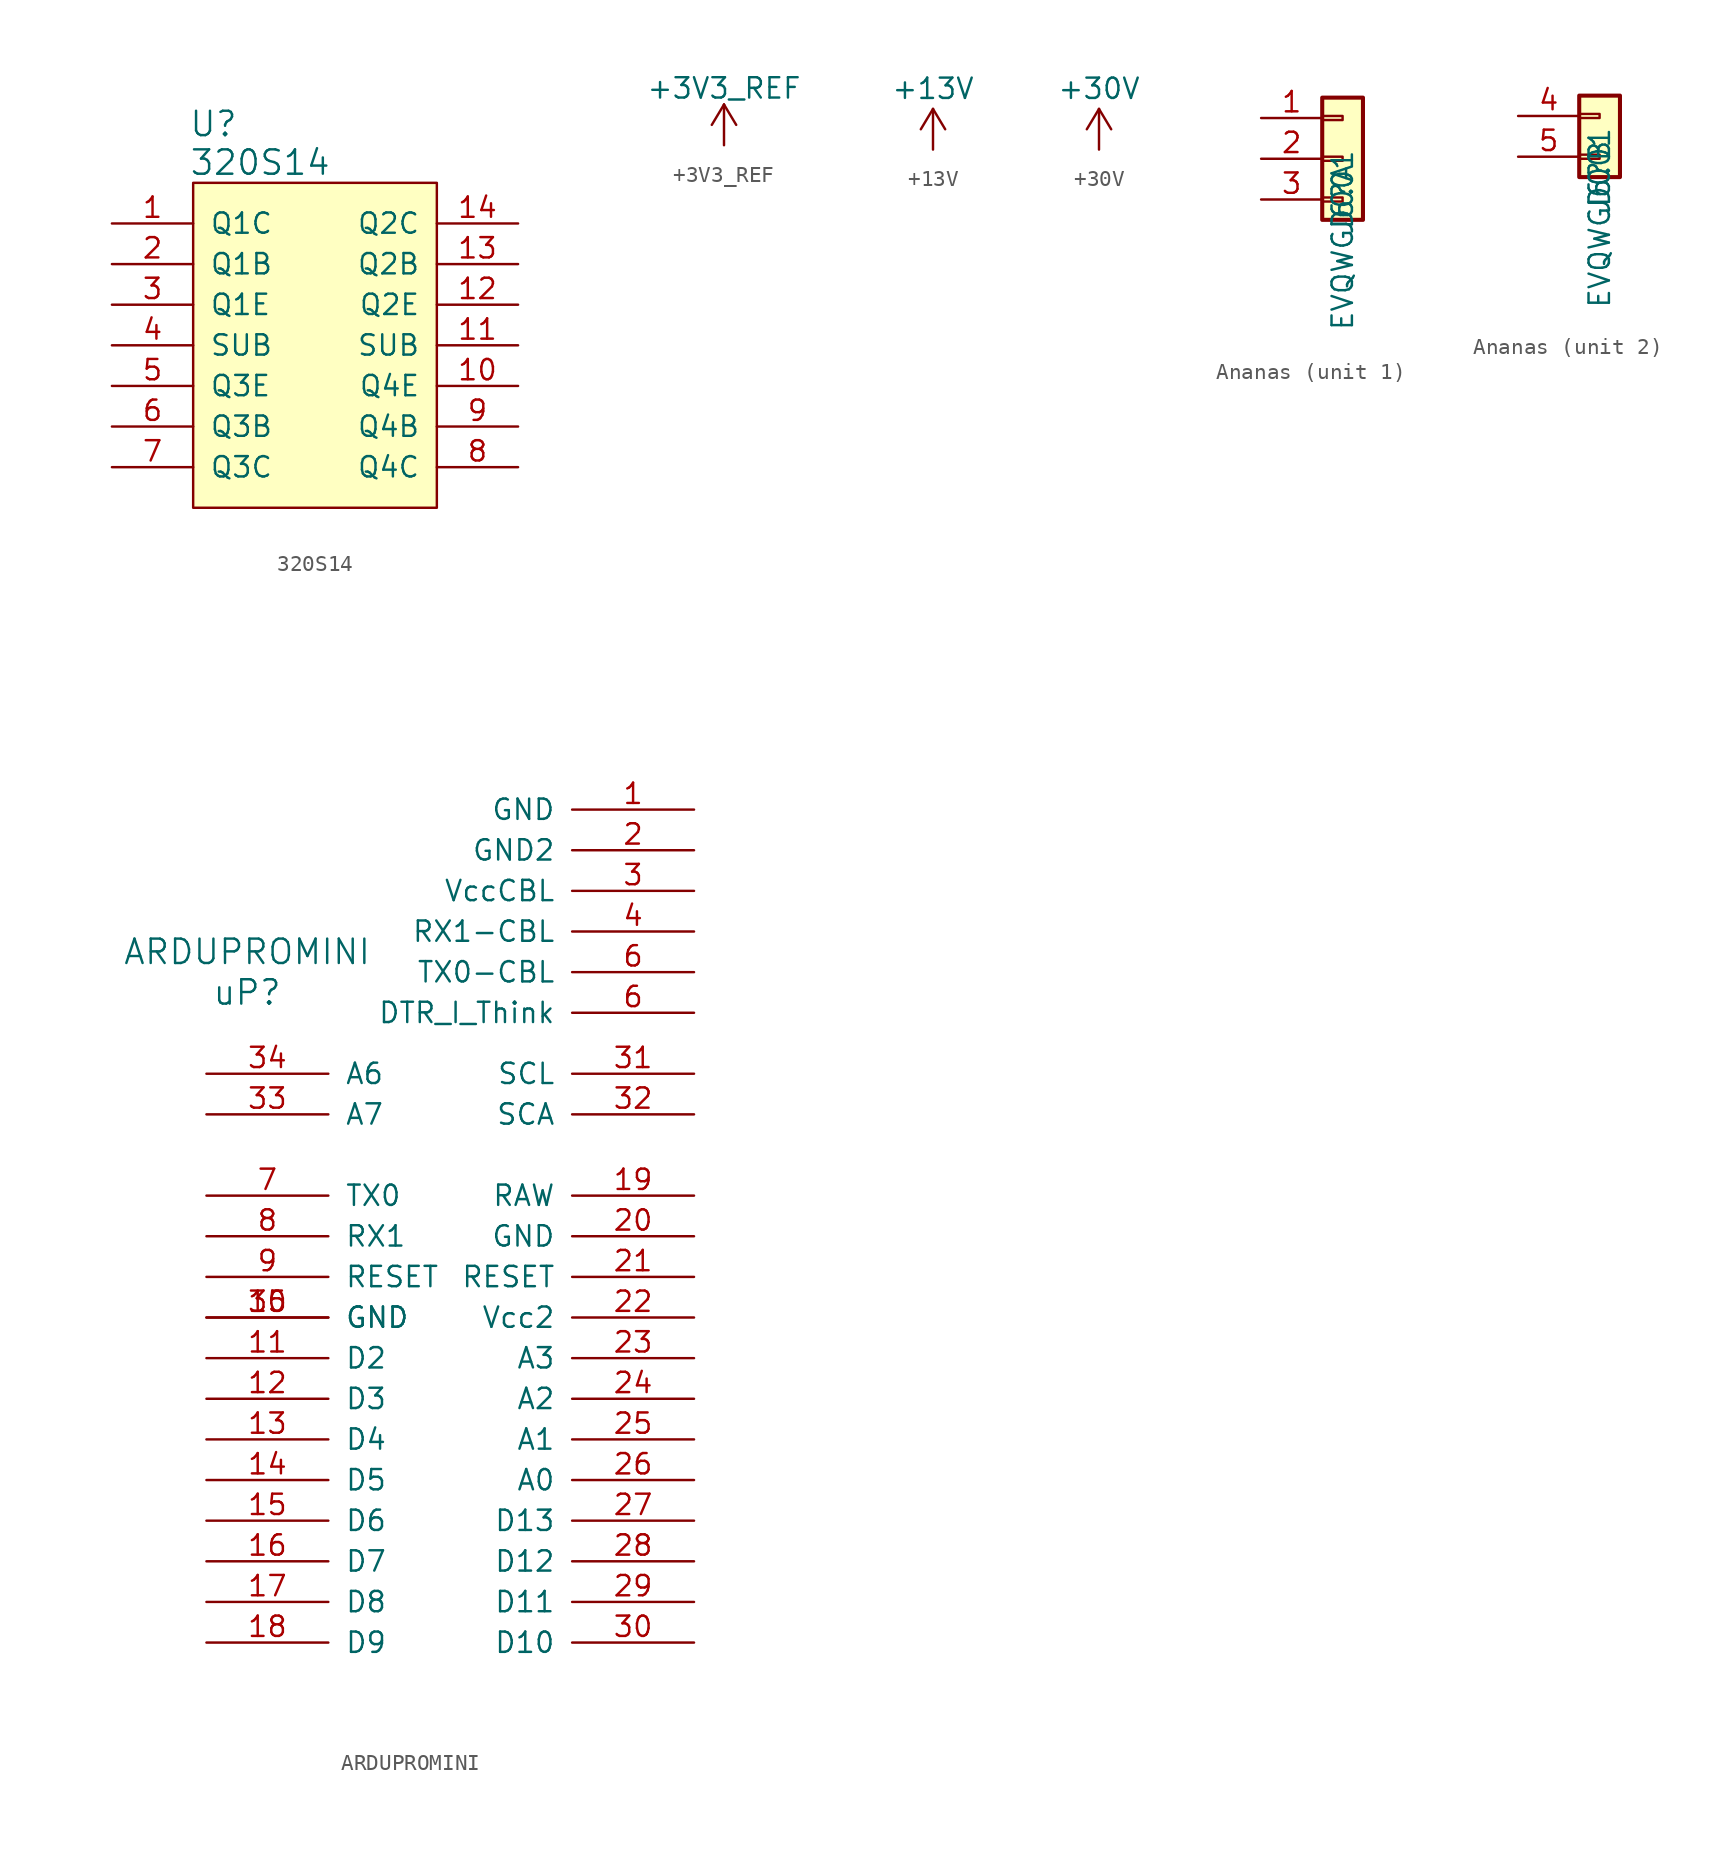
<source format=kicad_sym>
(kicad_symbol_lib
  (version 20220914)
  (generator kicad_symbol_editor)
  (symbol "320S14"
    (pin_names
      (offset 1.016))
    (property "Reference" "U"
      (at -6.35 11.303 0)
      (effects (font (size 1.524 1.524))))
    (property "Value" "320S14"
      (at -3.429 8.89 0)
      (effects (font (size 1.524 1.524))))
    (symbol "320S14_0_1"
      (rectangle (start 7.62 -12.7) (end -7.62 7.62) (stroke (width 0) (type default)) (fill (type background))))
    (symbol "320S14_1_1"
      (pin input line (at -12.7 5.08 0) (length 5.08) (name "Q1C" (effects (font (size 1.27 1.27)))) (number "1" (effects (font (size 1.27 1.27)))))
      (pin output line (at 12.7 -5.08 180) (length 5.08) (name "Q4E" (effects (font (size 1.27 1.27)))) (number "10" (effects (font (size 1.27 1.27)))))
      (pin input line (at 12.7 -2.54 180) (length 5.08) (name "SUB" (effects (font (size 1.27 1.27)))) (number "11" (effects (font (size 1.27 1.27)))))
      (pin output line (at 12.7 0 180) (length 5.08) (name "Q2E" (effects (font (size 1.27 1.27)))) (number "12" (effects (font (size 1.27 1.27)))))
      (pin input line (at 12.7 2.54 180) (length 5.08) (name "Q2B" (effects (font (size 1.27 1.27)))) (number "13" (effects (font (size 1.27 1.27)))))
      (pin input line (at 12.7 5.08 180) (length 5.08) (name "Q2C" (effects (font (size 1.27 1.27)))) (number "14" (effects (font (size 1.27 1.27)))))
      (pin input line (at -12.7 2.54 0) (length 5.08) (name "Q1B" (effects (font (size 1.27 1.27)))) (number "2" (effects (font (size 1.27 1.27)))))
      (pin output line (at -12.7 0 0) (length 5.08) (name "Q1E" (effects (font (size 1.27 1.27)))) (number "3" (effects (font (size 1.27 1.27)))))
      (pin input line (at -12.7 -2.54 0) (length 5.08) (name "SUB" (effects (font (size 1.27 1.27)))) (number "4" (effects (font (size 1.27 1.27)))))
      (pin output line (at -12.7 -5.08 0) (length 5.08) (name "Q3E" (effects (font (size 1.27 1.27)))) (number "5" (effects (font (size 1.27 1.27)))))
      (pin input line (at -12.7 -7.62 0) (length 5.08) (name "Q3B" (effects (font (size 1.27 1.27)))) (number "6" (effects (font (size 1.27 1.27)))))
      (pin input line (at -12.7 -10.16 0) (length 5.08) (name "Q3C" (effects (font (size 1.27 1.27)))) (number "7" (effects (font (size 1.27 1.27)))))
      (pin input line (at 12.7 -10.16 180) (length 5.08) (name "Q4C" (effects (font (size 1.27 1.27)))) (number "8" (effects (font (size 1.27 1.27)))))
      (pin input line (at 12.7 -7.62 180) (length 5.08) (name "Q4B" (effects (font (size 1.27 1.27)))) (number "9" (effects (font (size 1.27 1.27)))))))
  (symbol "+3V3_REF"
    (power)
    (pin_names
      (offset 0))
    (property "Reference" "#PWR"
      (at 0 -3.81 0)
      (effects (font (size 1.27 1.27)) hide))
    (property "Value" "+3V3_REF"
      (at 0 3.556 0)
      (effects (font (size 1.27 1.27))))
    (symbol "+3V3_REF_0_1"
      (polyline (pts (xy -0.762 1.27) (xy 0 2.54)) (stroke (width 0) (type default)) (fill (type none)))
      (polyline (pts (xy 0 0) (xy 0 2.54)) (stroke (width 0) (type default)) (fill (type none)))
      (polyline (pts (xy 0 2.54) (xy 0.762 1.27)) (stroke (width 0) (type default)) (fill (type none))))
    (symbol "+3V3_REF_1_1"
      (pin power_in line (at 0 0 90) (length 0) hide (name "+3V3_REF" (effects (font (size 1.27 1.27)))) (number "1" (effects (font (size 1.27 1.27)))))))
  (symbol "+13V"
    (power)
    (pin_names
      (offset 0))
    (property "Reference" "#PWR0105"
      (at 0 -3.81 0)
      (effects (font (size 1.27 1.27)) hide))
    (property "Value" "+13V"
      (at 0 3.81 0)
      (effects (font (size 1.27 1.27))))
    (symbol "+13V_0_1"
      (polyline (pts (xy -0.762 1.27) (xy 0 2.54)) (stroke (width 0) (type default)) (fill (type none)))
      (polyline (pts (xy 0 0) (xy 0 2.54)) (stroke (width 0) (type default)) (fill (type none)))
      (polyline (pts (xy 0 2.54) (xy 0.762 1.27)) (stroke (width 0) (type default)) (fill (type none))))
    (symbol "+13V_1_1"
      (pin power_in line (at 0 0 90) (length 0) hide (name "+13V" (effects (font (size 1.27 1.27)))) (number "1" (effects (font (size 1.27 1.27)))))))
  (symbol "+30V"
    (power)
    (pin_names
      (offset 0))
    (property "Reference" "#PWR"
      (at 0 -3.81 0)
      (effects (font (size 1.27 1.27)) hide))
    (property "Value" "+30V"
      (at 0 3.81 0)
      (effects (font (size 1.27 1.27))))
    (symbol "+30V_0_1"
      (polyline (pts (xy -0.762 1.27) (xy 0 2.54)) (stroke (width 0) (type default)) (fill (type none)))
      (polyline (pts (xy 0 0) (xy 0 2.54)) (stroke (width 0) (type default)) (fill (type none)))
      (polyline (pts (xy 0 2.54) (xy 0.762 1.27)) (stroke (width 0) (type default)) (fill (type none))))
    (symbol "+30V_1_1"
      (pin power_in line (at 0 0 90) (length 0) hide (name "+30V" (effects (font (size 1.27 1.27)))) (number "1" (effects (font (size 1.27 1.27)))))))
  (symbol "Ananas"
    (pin_names
      (offset 1.016) hide)
    (property "Reference" "J6"
      (at 0 -2.54 90)
      (effects (font (size 1.27 1.27))))
    (property "Value" "EVQWGD001"
      (at 0 -5.08 90)
      (effects (font (size 1.27 1.27))))
    (property "ki_locked" ""
      (at 0 0 0)
      (effects (font (size 1.27 1.27))))
    (symbol "Ananas_1_1"
      (rectangle (start -1.27 -2.413) (end 0 -2.667) (stroke (width 0.152) (type default)) (fill (type none)))
      (rectangle (start -1.27 0.127) (end 0 -0.127) (stroke (width 0.152) (type default)) (fill (type none)))
      (rectangle (start -1.27 2.667) (end 0 2.413) (stroke (width 0.152) (type default)) (fill (type none)))
      (rectangle (start -1.27 3.81) (end 1.27 -3.81) (stroke (width 0.254) (type default)) (fill (type background)))
      (pin passive line (at -5.08 2.54 0) (length 3.81) (name "Pin_1" (effects (font (size 1.27 1.27)))) (number "1" (effects (font (size 1.27 1.27)))))
      (pin passive line (at -5.08 0 0) (length 3.81) (name "Pin_2" (effects (font (size 1.27 1.27)))) (number "2" (effects (font (size 1.27 1.27)))))
      (pin passive line (at -5.08 -2.54 0) (length 3.81) (name "Pin_3" (effects (font (size 1.27 1.27)))) (number "3" (effects (font (size 1.27 1.27))))))
    (symbol "Ananas_2_1"
      (rectangle (start -1.27 -1.143) (end 0 -1.397) (stroke (width 0.152) (type default)) (fill (type none)))
      (rectangle (start -1.27 1.397) (end 0 1.143) (stroke (width 0.152) (type default)) (fill (type none)))
      (rectangle (start -1.27 2.54) (end 1.27 -2.54) (stroke (width 0.254) (type default)) (fill (type background)))
      (pin passive line (at -5.08 1.27 0) (length 3.81) (name "Pin_4" (effects (font (size 1.27 1.27)))) (number "4" (effects (font (size 1.27 1.27)))))
      (pin passive line (at -5.08 -1.27 0) (length 3.81) (name "Pin_5" (effects (font (size 1.27 1.27)))) (number "5" (effects (font (size 1.27 1.27)))))))
  (symbol "ARDUPROMINI"
    (pin_names
      (offset 1.016))
    (property "Reference" "uP"
      (at -12.7 5.08 0)
      (effects (font (size 1.524 1.524))))
    (property "Value" "ARDUPROMINI"
      (at -12.7 7.62 0)
      (effects (font (size 1.524 1.524))))
    (property "Footprint" ""
      (at 15.24 20.32 0)
      (effects (font (size 1.524 1.524))))
    (property "Datasheet" ""
      (at 15.24 20.32 0)
      (effects (font (size 1.524 1.524))))
    (symbol "ARDUPROMINI_1_1"
      (pin unspecified line (at 15.24 16.51 180) (length 7.62) (name "GND" (effects (font (size 1.27 1.27)))) (number "1" (effects (font (size 1.27 1.27)))))
      (pin unspecified line (at -15.24 -15.24 0) (length 7.62) (name "GND" (effects (font (size 1.27 1.27)))) (number "10" (effects (font (size 1.27 1.27)))))
      (pin bidirectional line (at -15.24 -17.78 0) (length 7.62) (name "D2" (effects (font (size 1.27 1.27)))) (number "11" (effects (font (size 1.27 1.27)))))
      (pin bidirectional line (at -15.24 -20.32 0) (length 7.62) (name "D3" (effects (font (size 1.27 1.27)))) (number "12" (effects (font (size 1.27 1.27)))))
      (pin bidirectional line (at -15.24 -22.86 0) (length 7.62) (name "D4" (effects (font (size 1.27 1.27)))) (number "13" (effects (font (size 1.27 1.27)))))
      (pin bidirectional line (at -15.24 -25.4 0) (length 7.62) (name "D5" (effects (font (size 1.27 1.27)))) (number "14" (effects (font (size 1.27 1.27)))))
      (pin bidirectional line (at -15.24 -27.94 0) (length 7.62) (name "D6" (effects (font (size 1.27 1.27)))) (number "15" (effects (font (size 1.27 1.27)))))
      (pin bidirectional line (at -15.24 -30.48 0) (length 7.62) (name "D7" (effects (font (size 1.27 1.27)))) (number "16" (effects (font (size 1.27 1.27)))))
      (pin bidirectional line (at -15.24 -33.02 0) (length 7.62) (name "D8" (effects (font (size 1.27 1.27)))) (number "17" (effects (font (size 1.27 1.27)))))
      (pin bidirectional line (at -15.24 -35.56 0) (length 7.62) (name "D9" (effects (font (size 1.27 1.27)))) (number "18" (effects (font (size 1.27 1.27)))))
      (pin unspecified line (at 15.24 -7.62 180) (length 7.62) (name "RAW" (effects (font (size 1.27 1.27)))) (number "19" (effects (font (size 1.27 1.27)))))
      (pin unspecified line (at 15.24 13.97 180) (length 7.62) (name "GND2" (effects (font (size 1.27 1.27)))) (number "2" (effects (font (size 1.27 1.27)))))
      (pin unspecified line (at 15.24 -10.16 180) (length 7.62) (name "GND" (effects (font (size 1.27 1.27)))) (number "20" (effects (font (size 1.27 1.27)))))
      (pin input line (at 15.24 -12.7 180) (length 7.62) (name "RESET" (effects (font (size 1.27 1.27)))) (number "21" (effects (font (size 1.27 1.27)))))
      (pin unspecified line (at 15.24 -15.24 180) (length 7.62) (name "Vcc2" (effects (font (size 1.27 1.27)))) (number "22" (effects (font (size 1.27 1.27)))))
      (pin bidirectional line (at 15.24 -17.78 180) (length 7.62) (name "A3" (effects (font (size 1.27 1.27)))) (number "23" (effects (font (size 1.27 1.27)))))
      (pin bidirectional line (at 15.24 -20.32 180) (length 7.62) (name "A2" (effects (font (size 1.27 1.27)))) (number "24" (effects (font (size 1.27 1.27)))))
      (pin bidirectional line (at 15.24 -22.86 180) (length 7.62) (name "A1" (effects (font (size 1.27 1.27)))) (number "25" (effects (font (size 1.27 1.27)))))
      (pin bidirectional line (at 15.24 -25.4 180) (length 7.62) (name "A0" (effects (font (size 1.27 1.27)))) (number "26" (effects (font (size 1.27 1.27)))))
      (pin bidirectional line (at 15.24 -27.94 180) (length 7.62) (name "D13" (effects (font (size 1.27 1.27)))) (number "27" (effects (font (size 1.27 1.27)))))
      (pin input line (at 15.24 -30.48 180) (length 7.62) (name "D12" (effects (font (size 1.27 1.27)))) (number "28" (effects (font (size 1.27 1.27)))))
      (pin bidirectional line (at 15.24 -33.02 180) (length 7.62) (name "D11" (effects (font (size 1.27 1.27)))) (number "29" (effects (font (size 1.27 1.27)))))
      (pin power_in line (at 15.24 11.43 180) (length 7.62) (name "VccCBL" (effects (font (size 1.27 1.27)))) (number "3" (effects (font (size 1.27 1.27)))))
      (pin bidirectional line (at 15.24 -35.56 180) (length 7.62) (name "D10" (effects (font (size 1.27 1.27)))) (number "30" (effects (font (size 1.27 1.27)))))
      (pin bidirectional line (at 15.24 0 180) (length 7.62) (name "SCL" (effects (font (size 1.27 1.27)))) (number "31" (effects (font (size 1.27 1.27)))))
      (pin bidirectional line (at 15.24 -2.54 180) (length 7.62) (name "SCA" (effects (font (size 1.27 1.27)))) (number "32" (effects (font (size 1.27 1.27)))))
      (pin bidirectional line (at -15.24 -2.54 0) (length 7.62) (name "A7" (effects (font (size 1.27 1.27)))) (number "33" (effects (font (size 1.27 1.27)))))
      (pin bidirectional line (at -15.24 0 0) (length 7.62) (name "A6" (effects (font (size 1.27 1.27)))) (number "34" (effects (font (size 1.27 1.27)))))
      (pin unspecified line (at -15.24 -15.24 0) (length 7.62) (name "GND" (effects (font (size 1.27 1.27)))) (number "35" (effects (font (size 1.27 1.27)))))
      (pin unspecified line (at 15.24 8.89 180) (length 7.62) (name "RX1-CBL" (effects (font (size 1.27 1.27)))) (number "4" (effects (font (size 1.27 1.27)))))
      (pin unspecified line (at 15.24 3.81 180) (length 7.62) (name "DTR_I_Think" (effects (font (size 1.27 1.27)))) (number "6" (effects (font (size 1.27 1.27)))))
      (pin unspecified line (at 15.24 6.35 180) (length 7.62) (name "TX0-CBL" (effects (font (size 1.27 1.27)))) (number "6" (effects (font (size 1.27 1.27)))))
      (pin bidirectional line (at -15.24 -7.62 0) (length 7.62) (name "TX0" (effects (font (size 1.27 1.27)))) (number "7" (effects (font (size 1.27 1.27)))))
      (pin bidirectional line (at -15.24 -10.16 0) (length 7.62) (name "RX1" (effects (font (size 1.27 1.27)))) (number "8" (effects (font (size 1.27 1.27)))))
      (pin input line (at -15.24 -12.7 0) (length 7.62) (name "RESET" (effects (font (size 1.27 1.27)))) (number "9" (effects (font (size 1.27 1.27))))))))
</source>
